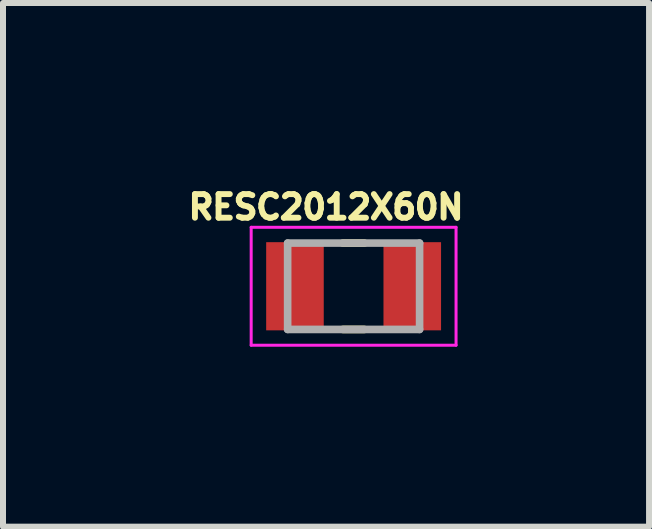
<source format=kicad_pcb>
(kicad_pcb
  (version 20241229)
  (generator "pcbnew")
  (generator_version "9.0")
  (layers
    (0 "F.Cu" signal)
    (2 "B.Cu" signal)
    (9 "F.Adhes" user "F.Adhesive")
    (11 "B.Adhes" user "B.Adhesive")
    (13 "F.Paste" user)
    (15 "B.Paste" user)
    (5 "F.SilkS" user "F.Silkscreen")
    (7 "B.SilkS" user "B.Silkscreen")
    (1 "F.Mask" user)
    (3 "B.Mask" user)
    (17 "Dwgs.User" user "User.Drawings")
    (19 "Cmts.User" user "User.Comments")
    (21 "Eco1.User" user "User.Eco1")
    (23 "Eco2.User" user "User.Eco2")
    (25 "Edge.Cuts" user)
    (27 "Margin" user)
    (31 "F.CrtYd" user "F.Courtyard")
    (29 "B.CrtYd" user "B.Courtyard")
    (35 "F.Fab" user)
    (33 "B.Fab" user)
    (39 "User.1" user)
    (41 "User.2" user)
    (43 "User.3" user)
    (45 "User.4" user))
  (footprint "RESC2012X60N"
    (layer "F.Cu")
    (at 2.846 1.723)
    (property "Reference" "RESC2012X60N" (at -0.46 -1.32 0) (layer "F.SilkS") (effects (font (size 0.394 0.394) (thickness 0.15))))
    (attr smd)
    (fp_line (start -0.18 -0.72) (end 0.18 -0.72) (stroke (width 0.127) (type solid)) (layer "F.SilkS"))
    (fp_line (start -0.18 0.72) (end 0.18 0.72) (stroke (width 0.127) (type solid)) (layer "F.SilkS"))
    (fp_line (start -1.708 -0.983) (end 1.708 -0.983) (stroke (width 0.05) (type solid)) (layer "F.CrtYd"))
    (fp_line (start -1.708 0.983) (end -1.708 -0.983) (stroke (width 0.05) (type solid)) (layer "F.CrtYd"))
    (fp_line (start -1.708 0.983) (end 1.708 0.983) (stroke (width 0.05) (type solid)) (layer "F.CrtYd"))
    (fp_line (start 1.708 0.983) (end 1.708 -0.983) (stroke (width 0.05) (type solid)) (layer "F.CrtYd"))
    (fp_line (start -1.1 0.72) (end -1.1 -0.72) (stroke (width 0.127) (type solid)) (layer "F.Fab"))
    (fp_line (start 1.1 -0.72) (end -1.1 -0.72) (stroke (width 0.127) (type solid)) (layer "F.Fab"))
    (fp_line (start 1.1 0.72) (end -1.1 0.72) (stroke (width 0.127) (type solid)) (layer "F.Fab"))
    (fp_line (start 1.1 0.72) (end 1.1 -0.72) (stroke (width 0.127) (type solid)) (layer "F.Fab"))
    (pad "1" smd rect (at -0.978 0) (size 0.96 1.47) (layers "F.Cu" "F.Mask" "F.Paste"))
    (pad "2" smd rect (at 0.978 0) (size 0.96 1.47) (layers "F.Cu" "F.Mask" "F.Paste")))
  (gr_rect
    (start -3 -3)
    (end 7.772 5.731)
    (stroke (width 0.1) (type default))
    (fill no)
    (layer "Edge.Cuts")))
</source>
